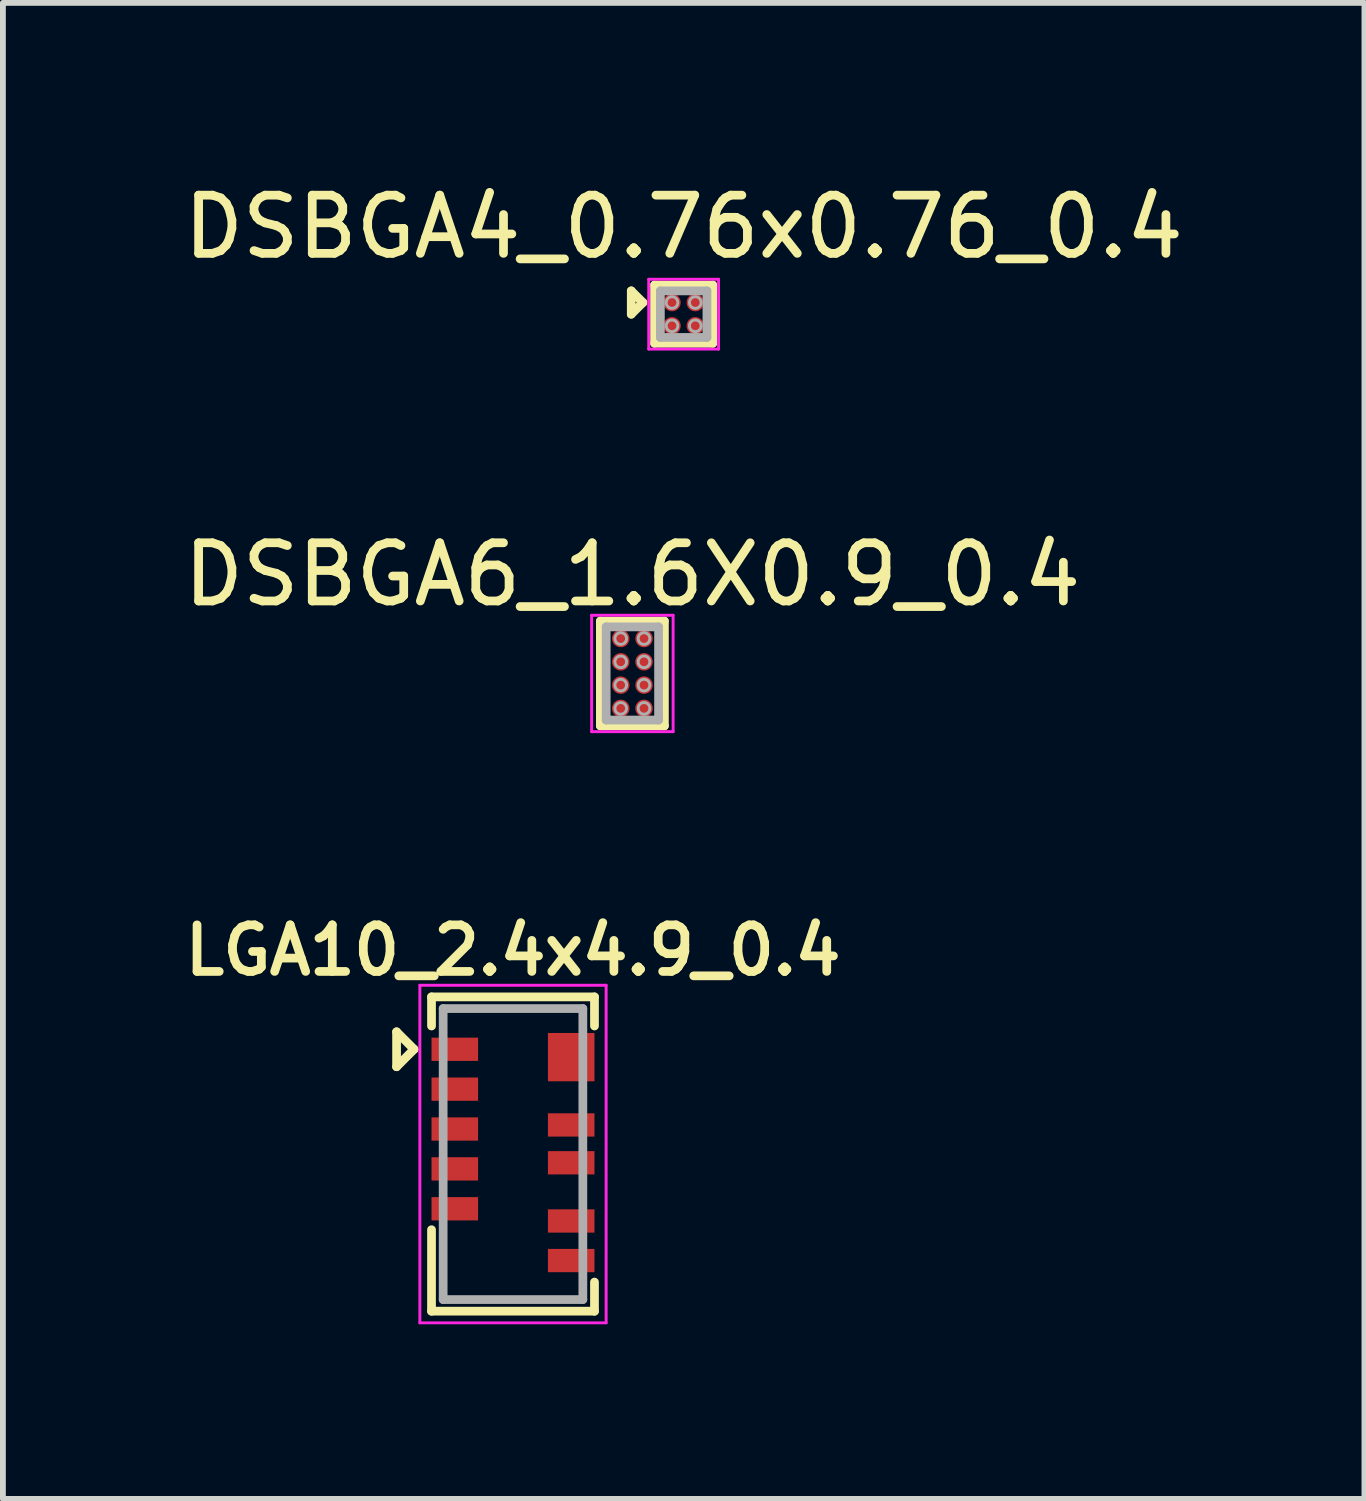
<source format=kicad_pcb>
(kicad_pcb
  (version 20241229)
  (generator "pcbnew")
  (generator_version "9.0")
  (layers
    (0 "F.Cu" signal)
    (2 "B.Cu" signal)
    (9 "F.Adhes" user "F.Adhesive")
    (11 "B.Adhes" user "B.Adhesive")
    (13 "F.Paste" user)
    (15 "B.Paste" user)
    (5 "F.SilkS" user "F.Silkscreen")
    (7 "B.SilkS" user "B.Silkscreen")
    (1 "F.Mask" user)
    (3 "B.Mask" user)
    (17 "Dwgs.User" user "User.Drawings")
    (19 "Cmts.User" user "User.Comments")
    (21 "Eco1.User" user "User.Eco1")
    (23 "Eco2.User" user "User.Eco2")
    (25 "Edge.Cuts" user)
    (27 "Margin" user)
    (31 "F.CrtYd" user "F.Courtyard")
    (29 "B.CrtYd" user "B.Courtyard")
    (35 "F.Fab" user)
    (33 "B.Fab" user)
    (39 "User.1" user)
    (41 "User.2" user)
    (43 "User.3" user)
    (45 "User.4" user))
  (footprint "DSBGA4_0.76x0.76_0.4"
    (layer "F.Cu")
    (at 8.696 2.348)
    (property "Reference" "DSBGA4_0.76x0.76_0.4" (at 0 -1.5 0) (layer "F.SilkS") (effects (font (size 1 1) (thickness 0.15))))
    (attr smd)
    (fp_line (start -0.9 -0.4) (end -0.9 0) (stroke (width 0.15) (type solid)) (layer "F.SilkS"))
    (fp_line (start -0.9 0) (end -0.7 -0.2) (stroke (width 0.15) (type solid)) (layer "F.SilkS"))
    (fp_line (start -0.7 -0.2) (end -0.9 -0.4) (stroke (width 0.15) (type solid)) (layer "F.SilkS"))
    (fp_line (start -0.5 -0.5) (end 0.5 -0.5) (stroke (width 0.15) (type solid)) (layer "F.SilkS"))
    (fp_line (start -0.5 0.5) (end -0.5 -0.5) (stroke (width 0.15) (type solid)) (layer "F.SilkS"))
    (fp_line (start 0.5 -0.5) (end 0.5 0.5) (stroke (width 0.15) (type solid)) (layer "F.SilkS"))
    (fp_line (start 0.5 0.5) (end -0.5 0.5) (stroke (width 0.15) (type solid)) (layer "F.SilkS"))
    (fp_line (start -0.6 -0.6) (end 0.6 -0.6) (stroke (width 0.05) (type solid)) (layer "F.CrtYd"))
    (fp_line (start -0.6 0.6) (end -0.6 -0.6) (stroke (width 0.05) (type solid)) (layer "F.CrtYd"))
    (fp_line (start 0.6 -0.6) (end 0.6 0.6) (stroke (width 0.05) (type solid)) (layer "F.CrtYd"))
    (fp_line (start 0.6 0.6) (end -0.6 0.6) (stroke (width 0.05) (type solid)) (layer "F.CrtYd"))
    (fp_line (start -0.4 -0.4) (end -0.4 0.4) (stroke (width 0.15) (type solid)) (layer "F.Fab"))
    (fp_line (start -0.4 0.4) (end 0.4 0.4) (stroke (width 0.15) (type solid)) (layer "F.Fab"))
    (fp_line (start 0.4 -0.4) (end -0.4 -0.4) (stroke (width 0.15) (type solid)) (layer "F.Fab"))
    (fp_line (start 0.4 0.4) (end 0.4 -0.4) (stroke (width 0.15) (type solid)) (layer "F.Fab"))
    (fp_circle (center -0.2 -0.2) (end -0.1 -0.2) (stroke (width 0.05) (type solid)) (fill no) (layer "F.Fab"))
    (fp_circle (center -0.2 0.2) (end -0.1 0.2) (stroke (width 0.05) (type solid)) (fill no) (layer "F.Fab"))
    (fp_circle (center 0.2 -0.2) (end 0.3 -0.2) (stroke (width 0.05) (type solid)) (fill no) (layer "F.Fab"))
    (fp_circle (center 0.2 0.2) (end 0.3 0.2) (stroke (width 0.05) (type solid)) (fill no) (layer "F.Fab"))
    (pad "A1" smd circle (at -0.2 -0.2) (size 0.3 0.3) (layers "F.Cu" "F.Mask" "F.Paste"))
    (pad "A2" smd circle (at 0.2 -0.2) (size 0.3 0.3) (layers "F.Cu" "F.Mask" "F.Paste"))
    (pad "B1" smd circle (at -0.2 0.2) (size 0.3 0.3) (layers "F.Cu" "F.Mask" "F.Paste"))
    (pad "B2" smd circle (at 0.2 0.2) (size 0.3 0.3) (layers "F.Cu" "F.Mask" "F.Paste")))
  (footprint "LGA10_2.4x4.9_0.4"
    (layer "F.Cu")
    (at 5.764 16.778)
    (property "Reference" "LGA10_2.4x4.9_0.4" (at 0 -3.5 0) (layer "F.SilkS") (effects (font (size 0.8 0.8) (thickness 0.15))))
    (attr smd)
    (fp_line (start -2 -2.1) (end -2 -1.5) (stroke (width 0.15) (type solid)) (layer "F.SilkS"))
    (fp_line (start -2 -1.5) (end -1.7 -1.8) (stroke (width 0.15) (type solid)) (layer "F.SilkS"))
    (fp_line (start -1.7 -1.8) (end -2 -2.1) (stroke (width 0.15) (type solid)) (layer "F.SilkS"))
    (fp_line (start -1.4 -2.7) (end -1.4 -2.2) (stroke (width 0.15) (type solid)) (layer "F.SilkS"))
    (fp_line (start -1.4 -2.7) (end 1.4 -2.7) (stroke (width 0.15) (type solid)) (layer "F.SilkS"))
    (fp_line (start -1.4 2.7) (end -1.4 1.3) (stroke (width 0.15) (type solid)) (layer "F.SilkS"))
    (fp_line (start 1.4 -2.7) (end 1.4 -2.2) (stroke (width 0.15) (type solid)) (layer "F.SilkS"))
    (fp_line (start 1.4 2.7) (end -1.4 2.7) (stroke (width 0.15) (type solid)) (layer "F.SilkS"))
    (fp_line (start 1.4 2.7) (end 1.4 2.2) (stroke (width 0.15) (type solid)) (layer "F.SilkS"))
    (fp_line (start -1.6 -2.9) (end 1.6 -2.9) (stroke (width 0.05) (type solid)) (layer "F.CrtYd"))
    (fp_line (start -1.6 2.9) (end -1.6 -2.9) (stroke (width 0.05) (type solid)) (layer "F.CrtYd"))
    (fp_line (start 1.6 -2.9) (end 1.6 2.9) (stroke (width 0.05) (type solid)) (layer "F.CrtYd"))
    (fp_line (start 1.6 2.9) (end -1.6 2.9) (stroke (width 0.05) (type solid)) (layer "F.CrtYd"))
    (fp_line (start -1.2 -2.5) (end -1.2 2.5) (stroke (width 0.15) (type solid)) (layer "F.Fab"))
    (fp_line (start -1.2 2.5) (end 1.2 2.5) (stroke (width 0.15) (type solid)) (layer "F.Fab"))
    (fp_line (start 1.2 -2.5) (end -1.2 -2.5) (stroke (width 0.15) (type solid)) (layer "F.Fab"))
    (fp_line (start 1.2 2.5) (end 1.2 -2.5) (stroke (width 0.15) (type solid)) (layer "F.Fab"))
    (pad "1" smd rect (at -1 -1.8) (size 0.8 0.4) (layers "F.Cu" "F.Mask" "F.Paste"))
    (pad "2" smd rect (at -1 -1.115) (size 0.8 0.4) (layers "F.Cu" "F.Mask" "F.Paste"))
    (pad "3" smd rect (at -1 -0.43) (size 0.8 0.4) (layers "F.Cu" "F.Mask" "F.Paste"))
    (pad "4" smd rect (at -1 0.255) (size 0.8 0.4) (layers "F.Cu" "F.Mask" "F.Paste"))
    (pad "5" smd rect (at -1 0.94) (size 0.8 0.4) (layers "F.Cu" "F.Mask" "F.Paste"))
    (pad "6" smd rect (at 1 1.83) (size 0.8 0.4) (layers "F.Cu" "F.Mask" "F.Paste"))
    (pad "7" smd rect (at 1 1.15) (size 0.8 0.4) (layers "F.Cu" "F.Mask" "F.Paste"))
    (pad "8" smd rect (at 1 0.15) (size 0.8 0.4) (layers "F.Cu" "F.Mask" "F.Paste"))
    (pad "9" smd rect (at 1 -0.5) (size 0.8 0.4) (layers "F.Cu" "F.Mask" "F.Paste"))
    (pad "10" smd rect (at 1 -1.665) (size 0.8 0.83) (layers "F.Cu" "F.Mask" "F.Paste")))
  (footprint "DSBGA6_1.6X0.9_0.4"
    (layer "F.Cu")
    (at 7.815 8.521)
    (property "Reference" "DSBGA6_1.6X0.9_0.4" (at 0 -1.7 0) (layer "F.SilkS") (effects (font (size 1 1) (thickness 0.15))))
    (attr through_hole)
    (fp_line (start -0.55 -0.9) (end 0.55 -0.9) (stroke (width 0.15) (type solid)) (layer "F.SilkS"))
    (fp_line (start -0.55 0.9) (end -0.55 -0.9) (stroke (width 0.15) (type solid)) (layer "F.SilkS"))
    (fp_line (start 0.55 -0.9) (end 0.55 0.9) (stroke (width 0.15) (type solid)) (layer "F.SilkS"))
    (fp_line (start 0.55 0.9) (end -0.55 0.9) (stroke (width 0.15) (type solid)) (layer "F.SilkS"))
    (fp_line (start -0.7 -1) (end 0.7 -1) (stroke (width 0.05) (type solid)) (layer "F.CrtYd"))
    (fp_line (start -0.7 1) (end -0.7 -1) (stroke (width 0.05) (type solid)) (layer "F.CrtYd"))
    (fp_line (start 0.7 -1) (end 0.7 1) (stroke (width 0.05) (type solid)) (layer "F.CrtYd"))
    (fp_line (start 0.7 1) (end -0.7 1) (stroke (width 0.05) (type solid)) (layer "F.CrtYd"))
    (fp_line (start -0.45 -0.8) (end -0.45 0.8) (stroke (width 0.15) (type solid)) (layer "F.Fab"))
    (fp_line (start -0.45 0.8) (end 0.45 0.8) (stroke (width 0.15) (type solid)) (layer "F.Fab"))
    (fp_line (start 0.45 -0.8) (end -0.45 -0.8) (stroke (width 0.15) (type solid)) (layer "F.Fab"))
    (fp_line (start 0.45 0.8) (end 0.45 -0.8) (stroke (width 0.15) (type solid)) (layer "F.Fab"))
    (fp_circle (center -0.2 -0.6) (end -0.1 -0.6) (stroke (width 0.05) (type solid)) (fill no) (layer "F.Fab"))
    (fp_circle (center -0.2 -0.2) (end -0.1 -0.2) (stroke (width 0.05) (type solid)) (fill no) (layer "F.Fab"))
    (fp_circle (center -0.2 0.2) (end -0.1 0.2) (stroke (width 0.05) (type solid)) (fill no) (layer "F.Fab"))
    (fp_circle (center -0.2 0.6) (end -0.1 0.6) (stroke (width 0.05) (type solid)) (fill no) (layer "F.Fab"))
    (fp_circle (center 0.2 -0.6) (end 0.3 -0.6) (stroke (width 0.05) (type solid)) (fill no) (layer "F.Fab"))
    (fp_circle (center 0.2 -0.2) (end 0.3 -0.2) (stroke (width 0.05) (type solid)) (fill no) (layer "F.Fab"))
    (fp_circle (center 0.2 0.2) (end 0.3 0.2) (stroke (width 0.05) (type solid)) (fill no) (layer "F.Fab"))
    (fp_circle (center 0.2 0.6) (end 0.3 0.6) (stroke (width 0.05) (type solid)) (fill no) (layer "F.Fab"))
    (pad "A1" smd circle (at -0.2 -0.6) (size 0.3 0.3) (layers "F.Cu" "F.Mask" "F.Paste"))
    (pad "A2" smd circle (at 0.2 -0.6) (size 0.3 0.3) (layers "F.Cu" "F.Mask" "F.Paste"))
    (pad "B1" smd circle (at -0.2 -0.2) (size 0.3 0.3) (layers "F.Cu" "F.Mask" "F.Paste"))
    (pad "B2" smd circle (at 0.2 -0.2) (size 0.3 0.3) (layers "F.Cu" "F.Mask" "F.Paste"))
    (pad "C1" smd circle (at -0.2 0.2) (size 0.3 0.3) (layers "F.Cu" "F.Mask" "F.Paste"))
    (pad "C2" smd circle (at 0.2 0.2) (size 0.3 0.3) (layers "F.Cu" "F.Mask" "F.Paste"))
    (pad "D1" smd circle (at -0.2 0.6) (size 0.3 0.3) (layers "F.Cu" "F.Mask" "F.Paste"))
    (pad "D2" smd circle (at 0.2 0.6) (size 0.3 0.3) (layers "F.Cu" "F.Mask" "F.Paste")))
  (gr_rect
    (start -3 -3)
    (end 20.393 22.703)
    (stroke (width 0.1) (type default))
    (fill no)
    (layer "Edge.Cuts")))
</source>
